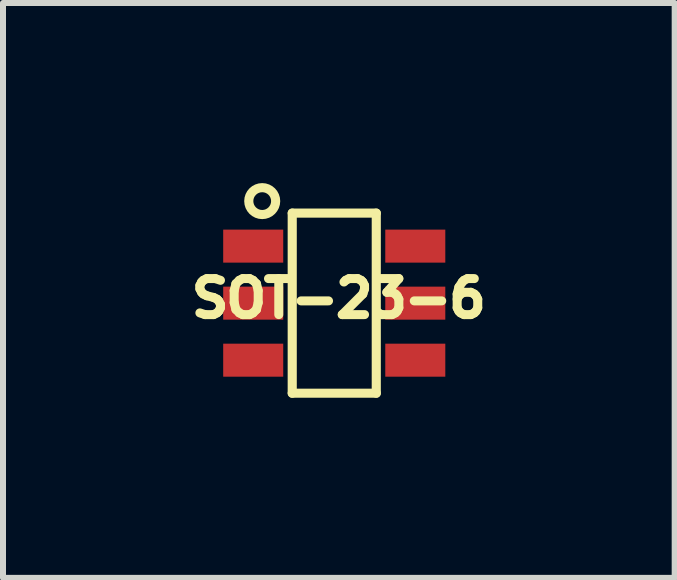
<source format=kicad_pcb>
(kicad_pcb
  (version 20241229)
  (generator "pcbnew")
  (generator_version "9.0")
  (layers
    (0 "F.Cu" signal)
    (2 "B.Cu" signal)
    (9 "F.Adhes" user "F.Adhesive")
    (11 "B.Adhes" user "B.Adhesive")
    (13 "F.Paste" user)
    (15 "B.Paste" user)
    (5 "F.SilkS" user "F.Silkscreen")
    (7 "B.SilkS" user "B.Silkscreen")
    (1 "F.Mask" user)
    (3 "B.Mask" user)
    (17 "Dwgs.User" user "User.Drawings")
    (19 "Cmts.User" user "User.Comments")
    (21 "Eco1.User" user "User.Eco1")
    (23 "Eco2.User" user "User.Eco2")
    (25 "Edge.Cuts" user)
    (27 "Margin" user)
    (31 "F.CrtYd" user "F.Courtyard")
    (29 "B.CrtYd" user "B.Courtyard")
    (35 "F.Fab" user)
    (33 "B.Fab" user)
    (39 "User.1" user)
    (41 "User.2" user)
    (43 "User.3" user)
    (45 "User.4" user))
  (footprint "SOT-23-6"
    (layer "F.Cu")
    (at 2.518 2)
    (property "Reference" "SOT-23-6" (at 0.076 -0.079 180) (layer "F.SilkS") (effects (font (size 0.6 0.6) (thickness 0.15))))
    (attr smd)
    (fp_line (start -0.7 -1.5) (end 0.7 -1.5) (stroke (width 0.152) (type solid)) (layer "F.SilkS"))
    (fp_line (start -0.7 1.5) (end -0.7 -1.5) (stroke (width 0.152) (type solid)) (layer "F.SilkS"))
    (fp_line (start 0.7 -1.5) (end 0.7 1.5) (stroke (width 0.152) (type solid)) (layer "F.SilkS"))
    (fp_line (start 0.7 1.5) (end -0.7 1.5) (stroke (width 0.152) (type solid)) (layer "F.SilkS"))
    (fp_circle (center -1.2 -1.7) (end -0.976 -1.7) (stroke (width 0.152) (type solid)) (fill no) (layer "F.SilkS"))
    (pad "1" smd rect (at -1.35 -0.95) (size 1 0.55) (layers "F.Cu" "F.Mask" "F.Paste"))
    (pad "2" smd rect (at -1.35 0) (size 1 0.55) (layers "F.Cu" "F.Mask" "F.Paste"))
    (pad "3" smd rect (at -1.35 0.95) (size 1 0.55) (layers "F.Cu" "F.Mask" "F.Paste"))
    (pad "4" smd rect (at 1.35 0.95) (size 1 0.55) (layers "F.Cu" "F.Mask" "F.Paste"))
    (pad "5" smd rect (at 1.35 0) (size 1 0.55) (layers "F.Cu" "F.Mask" "F.Paste"))
    (pad "6" smd rect (at 1.35 -0.95) (size 1 0.55) (layers "F.Cu" "F.Mask" "F.Paste")))
  (gr_rect
    (start -3 -3)
    (end 8.189 6.576)
    (stroke (width 0.1) (type default))
    (fill no)
    (layer "Edge.Cuts")))
</source>
